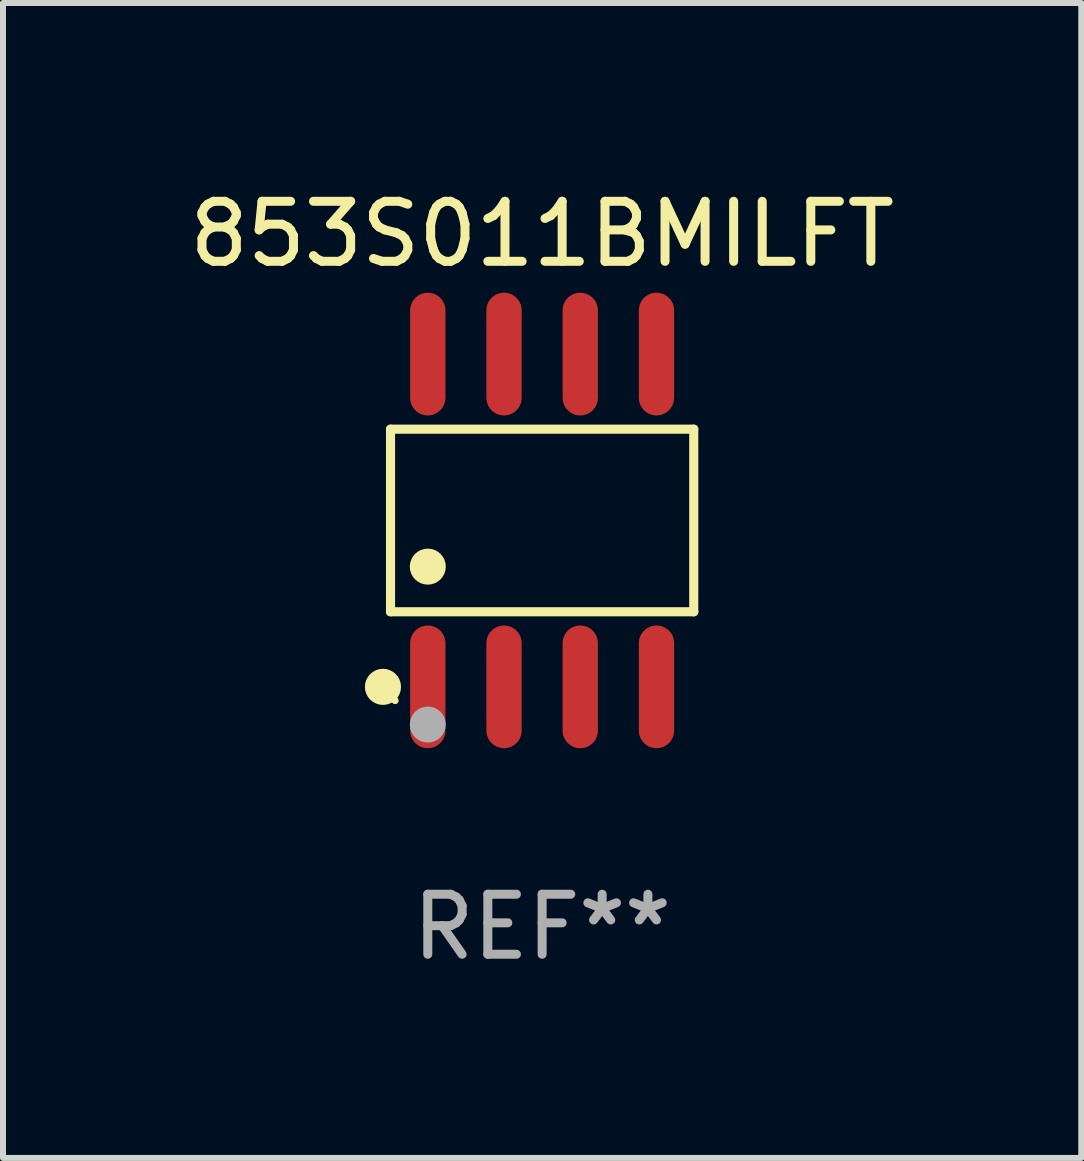
<source format=kicad_pcb>
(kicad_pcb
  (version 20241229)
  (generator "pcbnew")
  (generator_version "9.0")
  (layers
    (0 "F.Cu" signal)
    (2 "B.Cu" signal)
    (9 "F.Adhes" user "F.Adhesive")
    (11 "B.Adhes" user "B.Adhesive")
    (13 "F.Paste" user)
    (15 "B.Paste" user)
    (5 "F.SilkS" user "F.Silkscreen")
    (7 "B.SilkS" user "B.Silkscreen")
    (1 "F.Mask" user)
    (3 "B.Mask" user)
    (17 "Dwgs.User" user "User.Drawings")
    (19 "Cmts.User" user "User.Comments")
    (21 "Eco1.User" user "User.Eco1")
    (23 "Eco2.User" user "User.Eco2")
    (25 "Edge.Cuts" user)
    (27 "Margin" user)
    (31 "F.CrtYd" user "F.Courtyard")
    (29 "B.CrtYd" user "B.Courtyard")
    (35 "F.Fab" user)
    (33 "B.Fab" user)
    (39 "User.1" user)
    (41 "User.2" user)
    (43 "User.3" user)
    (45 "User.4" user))
  (footprint "853S011BMILFT"
    (layer "F.Cu")
    (at 5.982 5.621)
    (property "Reference" "853S011BMILFT" (at 0 -4.772 0) (layer "F.SilkS") (effects (font (size 1 1) (thickness 0.15))))
    (attr through_hole)
    (fp_line (start -2.526 -1.521) (end 2.526 -1.521) (stroke (width 0.152) (type solid)) (layer "F.SilkS"))
    (fp_line (start -2.526 1.521) (end -2.526 -1.521) (stroke (width 0.152) (type solid)) (layer "F.SilkS"))
    (fp_line (start 2.526 -1.521) (end 2.526 1.521) (stroke (width 0.152) (type solid)) (layer "F.SilkS"))
    (fp_line (start 2.526 1.521) (end -2.526 1.521) (stroke (width 0.152) (type solid)) (layer "F.SilkS"))
    (fp_circle (center -2.652 2.772) (end -2.501 2.772) (stroke (width 0.3) (type solid)) (fill no) (layer "F.SilkS"))
    (fp_circle (center -2.45 3) (end -2.42 3) (stroke (width 0.06) (type solid)) (fill no) (layer "F.SilkS"))
    (fp_circle (center -1.905 0.769) (end -1.755 0.769) (stroke (width 0.3) (type solid)) (fill no) (layer "F.SilkS"))
    (fp_circle (center -1.905 3.4) (end -1.755 3.4) (stroke (width 0.3) (type solid)) (fill no) (layer "F.Fab"))
    (fp_text user "REF**" (at 0 6.772 0) (layer "F.Fab") (effects (font (size 1 1) (thickness 0.15))))
    (pad "1" smd oval (at -1.905 2.772) (size 0.588 2.045) (layers "F.Cu" "F.Mask" "F.Paste"))
    (pad "2" smd oval (at -0.635 2.772) (size 0.588 2.045) (layers "F.Cu" "F.Mask" "F.Paste"))
    (pad "3" smd oval (at 0.635 2.772) (size 0.588 2.045) (layers "F.Cu" "F.Mask" "F.Paste"))
    (pad "4" smd oval (at 1.905 2.772) (size 0.588 2.045) (layers "F.Cu" "F.Mask" "F.Paste"))
    (pad "5" smd oval (at 1.905 -2.772) (size 0.588 2.045) (layers "F.Cu" "F.Mask" "F.Paste"))
    (pad "6" smd oval (at 0.635 -2.772) (size 0.588 2.045) (layers "F.Cu" "F.Mask" "F.Paste"))
    (pad "7" smd oval (at -0.635 -2.772) (size 0.588 2.045) (layers "F.Cu" "F.Mask" "F.Paste"))
    (pad "8" smd oval (at -1.905 -2.772) (size 0.588 2.045) (layers "F.Cu" "F.Mask" "F.Paste")))
  (gr_rect
    (start -3 -3)
    (end 14.964 16.241)
    (stroke (width 0.1) (type default))
    (fill no)
    (layer "Edge.Cuts")))
</source>
